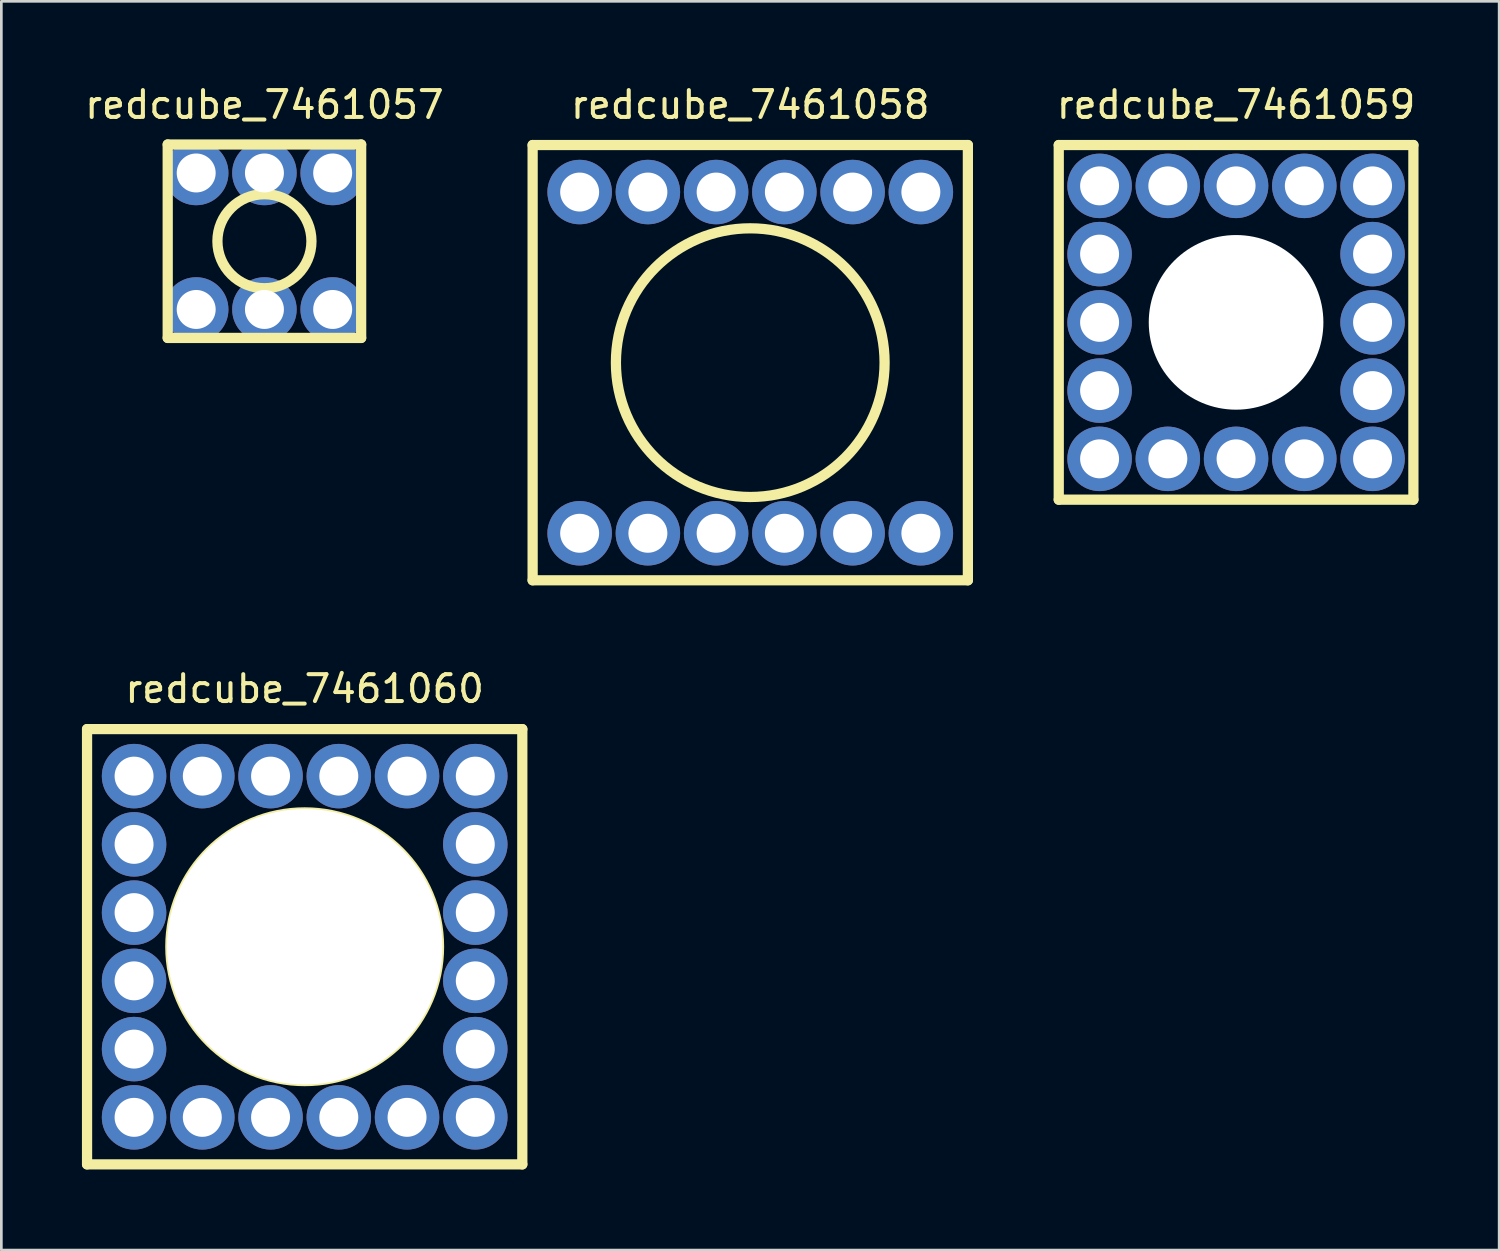
<source format=kicad_pcb>
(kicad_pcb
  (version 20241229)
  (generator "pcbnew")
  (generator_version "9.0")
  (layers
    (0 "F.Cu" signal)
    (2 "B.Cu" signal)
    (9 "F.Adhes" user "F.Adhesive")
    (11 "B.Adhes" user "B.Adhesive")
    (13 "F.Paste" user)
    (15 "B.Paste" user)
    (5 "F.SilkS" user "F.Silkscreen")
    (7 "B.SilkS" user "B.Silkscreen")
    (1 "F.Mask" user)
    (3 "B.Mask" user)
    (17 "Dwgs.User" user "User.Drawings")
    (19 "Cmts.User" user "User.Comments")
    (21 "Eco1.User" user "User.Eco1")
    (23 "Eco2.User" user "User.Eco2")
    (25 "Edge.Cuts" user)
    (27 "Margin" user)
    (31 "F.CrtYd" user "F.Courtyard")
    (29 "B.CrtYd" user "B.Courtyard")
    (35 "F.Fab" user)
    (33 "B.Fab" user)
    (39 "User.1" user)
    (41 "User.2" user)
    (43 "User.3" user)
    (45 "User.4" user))
  (footprint "redcube_7461057"
    (layer "F.Cu")
    (at 6.792 5.928)
    (property "Reference" "redcube_7461057" (at 0 -5.08 0) (layer "F.SilkS") (effects (font (size 1 1) (thickness 0.15))))
    (attr through_hole)
    (fp_line (start -3.6 -3.6) (end 3.6 -3.6) (stroke (width 0.381) (type solid)) (layer "F.SilkS"))
    (fp_line (start -3.6 3.6) (end -3.6 -3.6) (stroke (width 0.381) (type solid)) (layer "F.SilkS"))
    (fp_line (start 3.6 -3.6) (end 3.6 3.6) (stroke (width 0.381) (type solid)) (layer "F.SilkS"))
    (fp_line (start 3.6 3.6) (end -3.6 3.6) (stroke (width 0.381) (type solid)) (layer "F.SilkS"))
    (fp_circle (center 0 0) (end 1.75 0) (stroke (width 0.381) (type solid)) (fill no) (layer "F.SilkS"))
    (pad "1" thru_hole circle (at -2.54 -2.54) (size 2.4 2.4) (drill 1.45) (layers "*.Cu" "*.Mask"))
    (pad "1" thru_hole circle (at -2.54 2.54) (size 2.4 2.4) (drill 1.45) (layers "*.Cu" "*.Mask"))
    (pad "1" thru_hole circle (at 0 -2.54) (size 2.4 2.4) (drill 1.45) (layers "*.Cu" "*.Mask"))
    (pad "1" thru_hole circle (at 0 2.54) (size 2.4 2.4) (drill 1.45) (layers "*.Cu" "*.Mask"))
    (pad "1" thru_hole circle (at 2.54 -2.54) (size 2.4 2.4) (drill 1.45) (layers "*.Cu" "*.Mask"))
    (pad "1" thru_hole circle (at 2.54 2.54) (size 2.4 2.4) (drill 1.45) (layers "*.Cu" "*.Mask")))
  (footprint "redcube_7461058"
    (layer "F.Cu")
    (at 24.874 10.448)
    (property "Reference" "redcube_7461058" (at 0 -9.6 0) (layer "F.SilkS") (effects (font (size 1 1) (thickness 0.15))))
    (attr through_hole)
    (fp_line (start -8.1 -8.1) (end 8.1 -8.1) (stroke (width 0.381) (type solid)) (layer "F.SilkS"))
    (fp_line (start -8.1 8.1) (end -8.1 -8.1) (stroke (width 0.381) (type solid)) (layer "F.SilkS"))
    (fp_line (start 8.1 -8.1) (end 8.1 8.1) (stroke (width 0.381) (type solid)) (layer "F.SilkS"))
    (fp_line (start 8.1 8.1) (end -8.1 8.1) (stroke (width 0.381) (type solid)) (layer "F.SilkS"))
    (fp_circle (center 0 0) (end 5 0) (stroke (width 0.381) (type solid)) (fill no) (layer "F.SilkS"))
    (pad "1" thru_hole circle (at -6.35 -6.35) (size 2.4 2.4) (drill 1.45) (layers "*.Cu" "*.Mask"))
    (pad "1" thru_hole circle (at -6.35 6.35) (size 2.4 2.4) (drill 1.45) (layers "*.Cu" "*.Mask"))
    (pad "1" thru_hole circle (at -3.81 -6.35) (size 2.4 2.4) (drill 1.45) (layers "*.Cu" "*.Mask"))
    (pad "1" thru_hole circle (at -3.81 6.35) (size 2.4 2.4) (drill 1.45) (layers "*.Cu" "*.Mask"))
    (pad "1" thru_hole circle (at -1.27 -6.35) (size 2.4 2.4) (drill 1.45) (layers "*.Cu" "*.Mask"))
    (pad "1" thru_hole circle (at -1.27 6.35) (size 2.4 2.4) (drill 1.45) (layers "*.Cu" "*.Mask"))
    (pad "1" thru_hole circle (at 1.27 -6.35) (size 2.4 2.4) (drill 1.45) (layers "*.Cu" "*.Mask"))
    (pad "1" thru_hole circle (at 1.27 6.35) (size 2.4 2.4) (drill 1.45) (layers "*.Cu" "*.Mask"))
    (pad "1" thru_hole circle (at 3.81 -6.35) (size 2.4 2.4) (drill 1.45) (layers "*.Cu" "*.Mask"))
    (pad "1" thru_hole circle (at 3.81 6.35) (size 2.4 2.4) (drill 1.45) (layers "*.Cu" "*.Mask"))
    (pad "1" thru_hole circle (at 6.35 -6.35) (size 2.4 2.4) (drill 1.45) (layers "*.Cu" "*.Mask"))
    (pad "1" thru_hole circle (at 6.35 6.35) (size 2.4 2.4) (drill 1.45) (layers "*.Cu" "*.Mask")))
  (footprint "redcube_7461059"
    (layer "F.Cu")
    (at 42.956 8.948)
    (property "Reference" "redcube_7461059" (at 0 -8.1 0) (layer "F.SilkS") (effects (font (size 1 1) (thickness 0.15))))
    (attr through_hole)
    (fp_line (start -6.6 -6.6) (end 6.6 -6.6) (stroke (width 0.381) (type solid)) (layer "F.SilkS"))
    (fp_line (start -6.6 6.6) (end -6.6 -6.6) (stroke (width 0.381) (type solid)) (layer "F.SilkS"))
    (fp_line (start 6.6 -6.6) (end 6.6 6.6) (stroke (width 0.381) (type solid)) (layer "F.SilkS"))
    (fp_line (start 6.6 6.6) (end -6.6 6.6) (stroke (width 0.381) (type solid)) (layer "F.SilkS"))
    (fp_circle (center 0 0) (end 3 0) (stroke (width 0.381) (type solid)) (fill no) (layer "F.SilkS"))
    (pad "" np_thru_hole circle (at 0 0) (size 6.5 6.5) (drill 6.5) (layers "*.Cu" "*.Mask"))
    (pad "1" thru_hole circle (at -5.08 -5.08) (size 2.4 2.4) (drill 1.45) (layers "*.Cu" "*.Mask"))
    (pad "1" thru_hole circle (at -5.08 -2.54) (size 2.4 2.4) (drill 1.45) (layers "*.Cu" "*.Mask"))
    (pad "1" thru_hole circle (at -5.08 0) (size 2.4 2.4) (drill 1.45) (layers "*.Cu" "*.Mask"))
    (pad "1" thru_hole circle (at -5.08 2.54) (size 2.4 2.4) (drill 1.45) (layers "*.Cu" "*.Mask"))
    (pad "1" thru_hole circle (at -5.08 5.08) (size 2.4 2.4) (drill 1.45) (layers "*.Cu" "*.Mask"))
    (pad "1" thru_hole circle (at -2.54 -5.08) (size 2.4 2.4) (drill 1.45) (layers "*.Cu" "*.Mask"))
    (pad "1" thru_hole circle (at -2.54 5.08) (size 2.4 2.4) (drill 1.45) (layers "*.Cu" "*.Mask"))
    (pad "1" thru_hole circle (at 0 -5.08) (size 2.4 2.4) (drill 1.45) (layers "*.Cu" "*.Mask"))
    (pad "1" thru_hole circle (at 0 5.08) (size 2.4 2.4) (drill 1.45) (layers "*.Cu" "*.Mask"))
    (pad "1" thru_hole circle (at 2.54 -5.08) (size 2.4 2.4) (drill 1.45) (layers "*.Cu" "*.Mask"))
    (pad "1" thru_hole circle (at 2.54 5.08) (size 2.4 2.4) (drill 1.45) (layers "*.Cu" "*.Mask"))
    (pad "1" thru_hole circle (at 5.08 -5.08) (size 2.4 2.4) (drill 1.45) (layers "*.Cu" "*.Mask"))
    (pad "1" thru_hole circle (at 5.08 -2.54) (size 2.4 2.4) (drill 1.45) (layers "*.Cu" "*.Mask"))
    (pad "1" thru_hole circle (at 5.08 0) (size 2.4 2.4) (drill 1.45) (layers "*.Cu" "*.Mask"))
    (pad "1" thru_hole circle (at 5.08 2.54) (size 2.4 2.4) (drill 1.45) (layers "*.Cu" "*.Mask"))
    (pad "1" thru_hole circle (at 5.08 5.08) (size 2.4 2.4) (drill 1.45) (layers "*.Cu" "*.Mask")))
  (footprint "redcube_7461060"
    (layer "F.Cu")
    (at 8.29 32.187)
    (property "Reference" "redcube_7461060" (at 0 -9.6 0) (layer "F.SilkS") (effects (font (size 1 1) (thickness 0.15))))
    (attr through_hole)
    (fp_line (start -8.1 -8.1) (end 8.1 -8.1) (stroke (width 0.381) (type solid)) (layer "F.SilkS"))
    (fp_line (start -8.1 8.1) (end -8.1 -8.1) (stroke (width 0.381) (type solid)) (layer "F.SilkS"))
    (fp_line (start 8.1 -8.1) (end 8.1 8.1) (stroke (width 0.381) (type solid)) (layer "F.SilkS"))
    (fp_line (start 8.1 8.1) (end -8.1 8.1) (stroke (width 0.381) (type solid)) (layer "F.SilkS"))
    (fp_circle (center 0 0) (end 5 0) (stroke (width 0.381) (type solid)) (fill no) (layer "F.SilkS"))
    (pad "" np_thru_hole circle (at 0 0) (size 10.25 10.25) (drill 10.25) (layers "*.Cu" "*.Mask"))
    (pad "1" thru_hole circle (at -6.35 -6.35) (size 2.4 2.4) (drill 1.45) (layers "*.Cu" "*.Mask"))
    (pad "1" thru_hole circle (at -6.35 -3.81) (size 2.4 2.4) (drill 1.45) (layers "*.Cu" "*.Mask"))
    (pad "1" thru_hole circle (at -6.35 -1.27) (size 2.4 2.4) (drill 1.45) (layers "*.Cu" "*.Mask"))
    (pad "1" thru_hole circle (at -6.35 1.27) (size 2.4 2.4) (drill 1.45) (layers "*.Cu" "*.Mask"))
    (pad "1" thru_hole circle (at -6.35 3.81) (size 2.4 2.4) (drill 1.45) (layers "*.Cu" "*.Mask"))
    (pad "1" thru_hole circle (at -6.35 6.35) (size 2.4 2.4) (drill 1.45) (layers "*.Cu" "*.Mask"))
    (pad "1" thru_hole circle (at -3.81 -6.35) (size 2.4 2.4) (drill 1.45) (layers "*.Cu" "*.Mask"))
    (pad "1" thru_hole circle (at -3.81 6.35) (size 2.4 2.4) (drill 1.45) (layers "*.Cu" "*.Mask"))
    (pad "1" thru_hole circle (at -1.27 -6.35) (size 2.4 2.4) (drill 1.45) (layers "*.Cu" "*.Mask"))
    (pad "1" thru_hole circle (at -1.27 6.35) (size 2.4 2.4) (drill 1.45) (layers "*.Cu" "*.Mask"))
    (pad "1" thru_hole circle (at 1.27 -6.35) (size 2.4 2.4) (drill 1.45) (layers "*.Cu" "*.Mask"))
    (pad "1" thru_hole circle (at 1.27 6.35) (size 2.4 2.4) (drill 1.45) (layers "*.Cu" "*.Mask"))
    (pad "1" thru_hole circle (at 3.81 -6.35) (size 2.4 2.4) (drill 1.45) (layers "*.Cu" "*.Mask"))
    (pad "1" thru_hole circle (at 3.81 6.35) (size 2.4 2.4) (drill 1.45) (layers "*.Cu" "*.Mask"))
    (pad "1" thru_hole circle (at 6.35 -6.35) (size 2.4 2.4) (drill 1.45) (layers "*.Cu" "*.Mask"))
    (pad "1" thru_hole circle (at 6.35 -3.81) (size 2.4 2.4) (drill 1.45) (layers "*.Cu" "*.Mask"))
    (pad "1" thru_hole circle (at 6.35 -1.27) (size 2.4 2.4) (drill 1.45) (layers "*.Cu" "*.Mask"))
    (pad "1" thru_hole circle (at 6.35 1.27) (size 2.4 2.4) (drill 1.45) (layers "*.Cu" "*.Mask"))
    (pad "1" thru_hole circle (at 6.35 3.81) (size 2.4 2.4) (drill 1.45) (layers "*.Cu" "*.Mask"))
    (pad "1" thru_hole circle (at 6.35 6.35) (size 2.4 2.4) (drill 1.45) (layers "*.Cu" "*.Mask")))
  (gr_rect
    (start -3 -3)
    (end 52.748 43.477)
    (stroke (width 0.1) (type default))
    (fill no)
    (layer "Edge.Cuts")))
</source>
